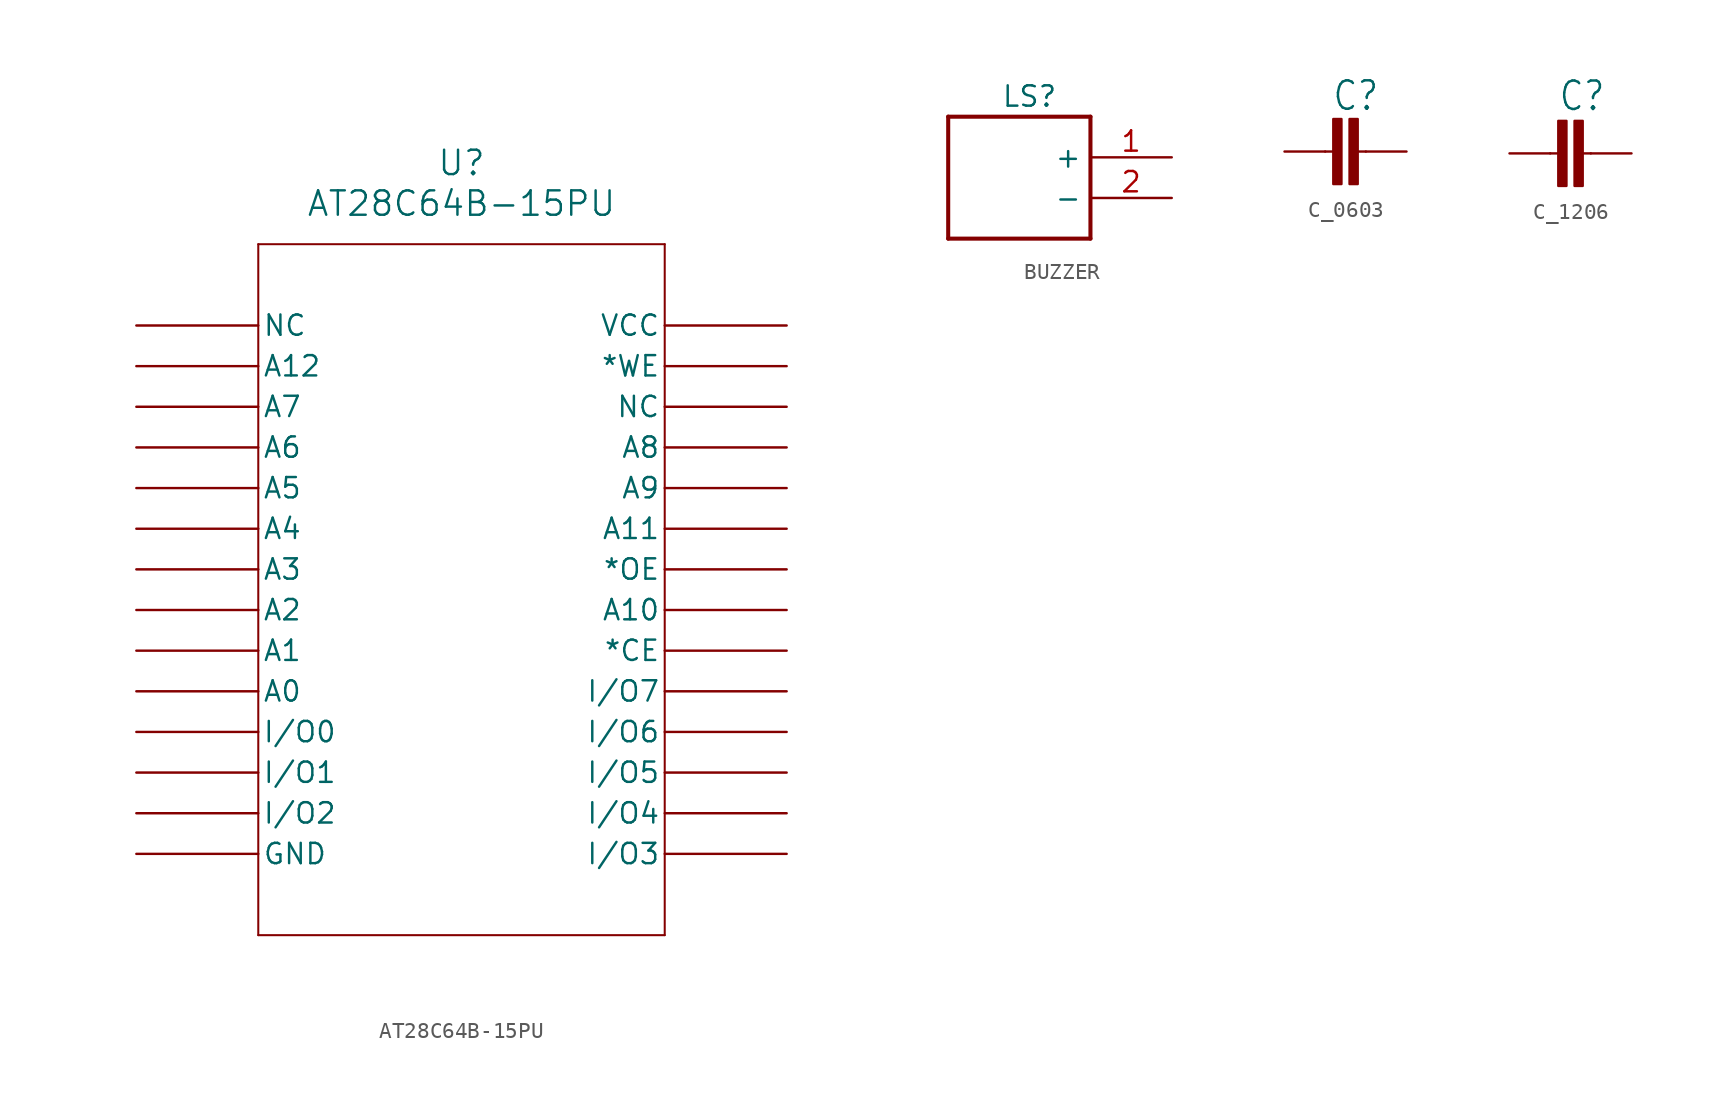
<source format=kicad_sym>
(kicad_symbol_lib
  (version 20220914)
  (generator kicad_symbol_editor)
  (symbol "AT28C64B-15PU"
    (pin_numbers hide)
    (pin_names
      (offset 0.254))
    (property "Reference" "U"
      (at 20.32 10.16 0)
      (effects (font (size 1.524 1.524))))
    (property "Value" "AT28C64B-15PU"
      (at 20.32 7.62 0)
      (effects (font (size 1.524 1.524))))
    (symbol "AT28C64B-15PU_0_1"
      (polyline (pts (xy 7.62 -38.1) (xy 33.02 -38.1)) (stroke (width 0.127) (type default)) (fill (type none)))
      (polyline (pts (xy 7.62 5.08) (xy 7.62 -38.1)) (stroke (width 0.127) (type default)) (fill (type none)))
      (polyline (pts (xy 33.02 -38.1) (xy 33.02 5.08)) (stroke (width 0.127) (type default)) (fill (type none)))
      (polyline (pts (xy 33.02 5.08) (xy 7.62 5.08)) (stroke (width 0.127) (type default)) (fill (type none)))
      (pin passive line (at 0 0 0) (length 7.62) (name "NC" (effects (font (size 1.27 1.27)))) (number "1" (effects (font (size 1.27 1.27)))))
      (pin passive line (at 0 -22.86 0) (length 7.62) (name "A0" (effects (font (size 1.27 1.27)))) (number "10" (effects (font (size 1.27 1.27)))))
      (pin passive line (at 0 -25.4 0) (length 7.62) (name "I/O0" (effects (font (size 1.27 1.27)))) (number "11" (effects (font (size 1.27 1.27)))))
      (pin passive line (at 0 -27.94 0) (length 7.62) (name "I/O1" (effects (font (size 1.27 1.27)))) (number "12" (effects (font (size 1.27 1.27)))))
      (pin passive line (at 0 -30.48 0) (length 7.62) (name "I/O2" (effects (font (size 1.27 1.27)))) (number "13" (effects (font (size 1.27 1.27)))))
      (pin passive line (at 0 -33.02 0) (length 7.62) (name "GND" (effects (font (size 1.27 1.27)))) (number "14" (effects (font (size 1.27 1.27)))))
      (pin passive line (at 40.64 -33.02 180) (length 7.62) (name "I/O3" (effects (font (size 1.27 1.27)))) (number "15" (effects (font (size 1.27 1.27)))))
      (pin passive line (at 40.64 -30.48 180) (length 7.62) (name "I/O4" (effects (font (size 1.27 1.27)))) (number "16" (effects (font (size 1.27 1.27)))))
      (pin passive line (at 40.64 -27.94 180) (length 7.62) (name "I/O5" (effects (font (size 1.27 1.27)))) (number "17" (effects (font (size 1.27 1.27)))))
      (pin passive line (at 40.64 -25.4 180) (length 7.62) (name "I/O6" (effects (font (size 1.27 1.27)))) (number "18" (effects (font (size 1.27 1.27)))))
      (pin passive line (at 40.64 -22.86 180) (length 7.62) (name "I/O7" (effects (font (size 1.27 1.27)))) (number "19" (effects (font (size 1.27 1.27)))))
      (pin passive line (at 0 -2.54 0) (length 7.62) (name "A12" (effects (font (size 1.27 1.27)))) (number "2" (effects (font (size 1.27 1.27)))))
      (pin passive line (at 40.64 -20.32 180) (length 7.62) (name "*CE" (effects (font (size 1.27 1.27)))) (number "20" (effects (font (size 1.27 1.27)))))
      (pin passive line (at 40.64 -17.78 180) (length 7.62) (name "A10" (effects (font (size 1.27 1.27)))) (number "21" (effects (font (size 1.27 1.27)))))
      (pin passive line (at 40.64 -15.24 180) (length 7.62) (name "*OE" (effects (font (size 1.27 1.27)))) (number "22" (effects (font (size 1.27 1.27)))))
      (pin passive line (at 40.64 -12.7 180) (length 7.62) (name "A11" (effects (font (size 1.27 1.27)))) (number "23" (effects (font (size 1.27 1.27)))))
      (pin passive line (at 40.64 -10.16 180) (length 7.62) (name "A9" (effects (font (size 1.27 1.27)))) (number "24" (effects (font (size 1.27 1.27)))))
      (pin passive line (at 40.64 -7.62 180) (length 7.62) (name "A8" (effects (font (size 1.27 1.27)))) (number "25" (effects (font (size 1.27 1.27)))))
      (pin passive line (at 40.64 -5.08 180) (length 7.62) (name "NC" (effects (font (size 1.27 1.27)))) (number "26" (effects (font (size 1.27 1.27)))))
      (pin passive line (at 40.64 -2.54 180) (length 7.62) (name "*WE" (effects (font (size 1.27 1.27)))) (number "27" (effects (font (size 1.27 1.27)))))
      (pin passive line (at 40.64 0 180) (length 7.62) (name "VCC" (effects (font (size 1.27 1.27)))) (number "28" (effects (font (size 1.27 1.27)))))
      (pin passive line (at 0 -5.08 0) (length 7.62) (name "A7" (effects (font (size 1.27 1.27)))) (number "3" (effects (font (size 1.27 1.27)))))
      (pin passive line (at 0 -7.62 0) (length 7.62) (name "A6" (effects (font (size 1.27 1.27)))) (number "4" (effects (font (size 1.27 1.27)))))
      (pin passive line (at 0 -10.16 0) (length 7.62) (name "A5" (effects (font (size 1.27 1.27)))) (number "5" (effects (font (size 1.27 1.27)))))
      (pin passive line (at 0 -12.7 0) (length 7.62) (name "A4" (effects (font (size 1.27 1.27)))) (number "6" (effects (font (size 1.27 1.27)))))
      (pin passive line (at 0 -15.24 0) (length 7.62) (name "A3" (effects (font (size 1.27 1.27)))) (number "7" (effects (font (size 1.27 1.27)))))
      (pin passive line (at 0 -17.78 0) (length 7.62) (name "A2" (effects (font (size 1.27 1.27)))) (number "8" (effects (font (size 1.27 1.27)))))
      (pin passive line (at 0 -20.32 0) (length 7.62) (name "A1" (effects (font (size 1.27 1.27)))) (number "9" (effects (font (size 1.27 1.27)))))))
  (symbol "BUZZER"
    (property "Reference" "LS"
      (at 0 5.08 0)
      (effects (font (size 1.27 1.27))))
    (symbol "BUZZER_1_0"
      (polyline (pts (xy -5.08 -3.81) (xy -5.08 3.81)) (stroke (width 0.254) (type solid)) (fill (type none)))
      (polyline (pts (xy -5.08 3.81) (xy 3.81 3.81)) (stroke (width 0.254) (type solid)) (fill (type none)))
      (polyline (pts (xy 3.81 -3.81) (xy -5.08 -3.81)) (stroke (width 0.254) (type solid)) (fill (type none)))
      (polyline (pts (xy 3.81 3.81) (xy 3.81 -3.81)) (stroke (width 0.254) (type solid)) (fill (type none)))
      (pin passive line (at 8.89 1.27 180) (length 5.08) (name "+" (effects (font (size 1.27 1.27)))) (number "1" (effects (font (size 1.27 1.27)))))
      (pin passive line (at 8.89 -1.27 180) (length 5.08) (name "-" (effects (font (size 1.27 1.27)))) (number "2" (effects (font (size 1.27 1.27)))))))
  (symbol "C_0603"
    (pin_numbers hide)
    (pin_names hide)
    (property "Reference" "C"
      (at -0.86 2.446 0)
      (effects (font (size 1.778 1.511)) (justify left bottom)))
    (symbol "C_0603_1_0"
      (rectangle (start -0.762 -2.032) (end -0.254 2.032) (stroke (width 0) (type default)) (fill (type outline)))
      (polyline (pts (xy -1.27 0) (xy -0.762 0)) (stroke (width 0.152) (type solid)) (fill (type none)))
      (polyline (pts (xy 1.27 0) (xy 0.762 0)) (stroke (width 0.152) (type solid)) (fill (type none)))
      (rectangle (start 0.762 -2.032) (end 0.254 2.032) (stroke (width 0) (type default)) (fill (type outline)))
      (pin passive line (at -3.81 0 0) (length 2.54) (name "1" (effects (font (size 0 0)))) (number "1" (effects (font (size 0 0)))))
      (pin passive line (at 3.81 0 180) (length 2.54) (name "2" (effects (font (size 0 0)))) (number "2" (effects (font (size 0 0)))))))
  (symbol "C_1206"
    (pin_numbers hide)
    (pin_names hide)
    (property "Reference" "C"
      (at -0.782 2.55 0)
      (effects (font (size 1.778 1.511)) (justify left bottom)))
    (symbol "C_1206_1_0"
      (rectangle (start -0.254 -2.032) (end -0.762 2.032) (stroke (width 0) (type default)) (fill (type outline)))
      (polyline (pts (xy -1.27 0) (xy -0.762 0)) (stroke (width 0.152) (type solid)) (fill (type none)))
      (polyline (pts (xy 1.27 0) (xy 0.762 0)) (stroke (width 0.152) (type solid)) (fill (type none)))
      (rectangle (start 0.762 -2.032) (end 0.254 2.032) (stroke (width 0) (type default)) (fill (type outline)))
      (pin passive line (at -3.81 0 0) (length 2.54) (name "1" (effects (font (size 0 0)))) (number "1" (effects (font (size 0 0)))))
      (pin passive line (at 3.81 0 180) (length 2.54) (name "2" (effects (font (size 0 0)))) (number "2" (effects (font (size 0 0))))))))
</source>
